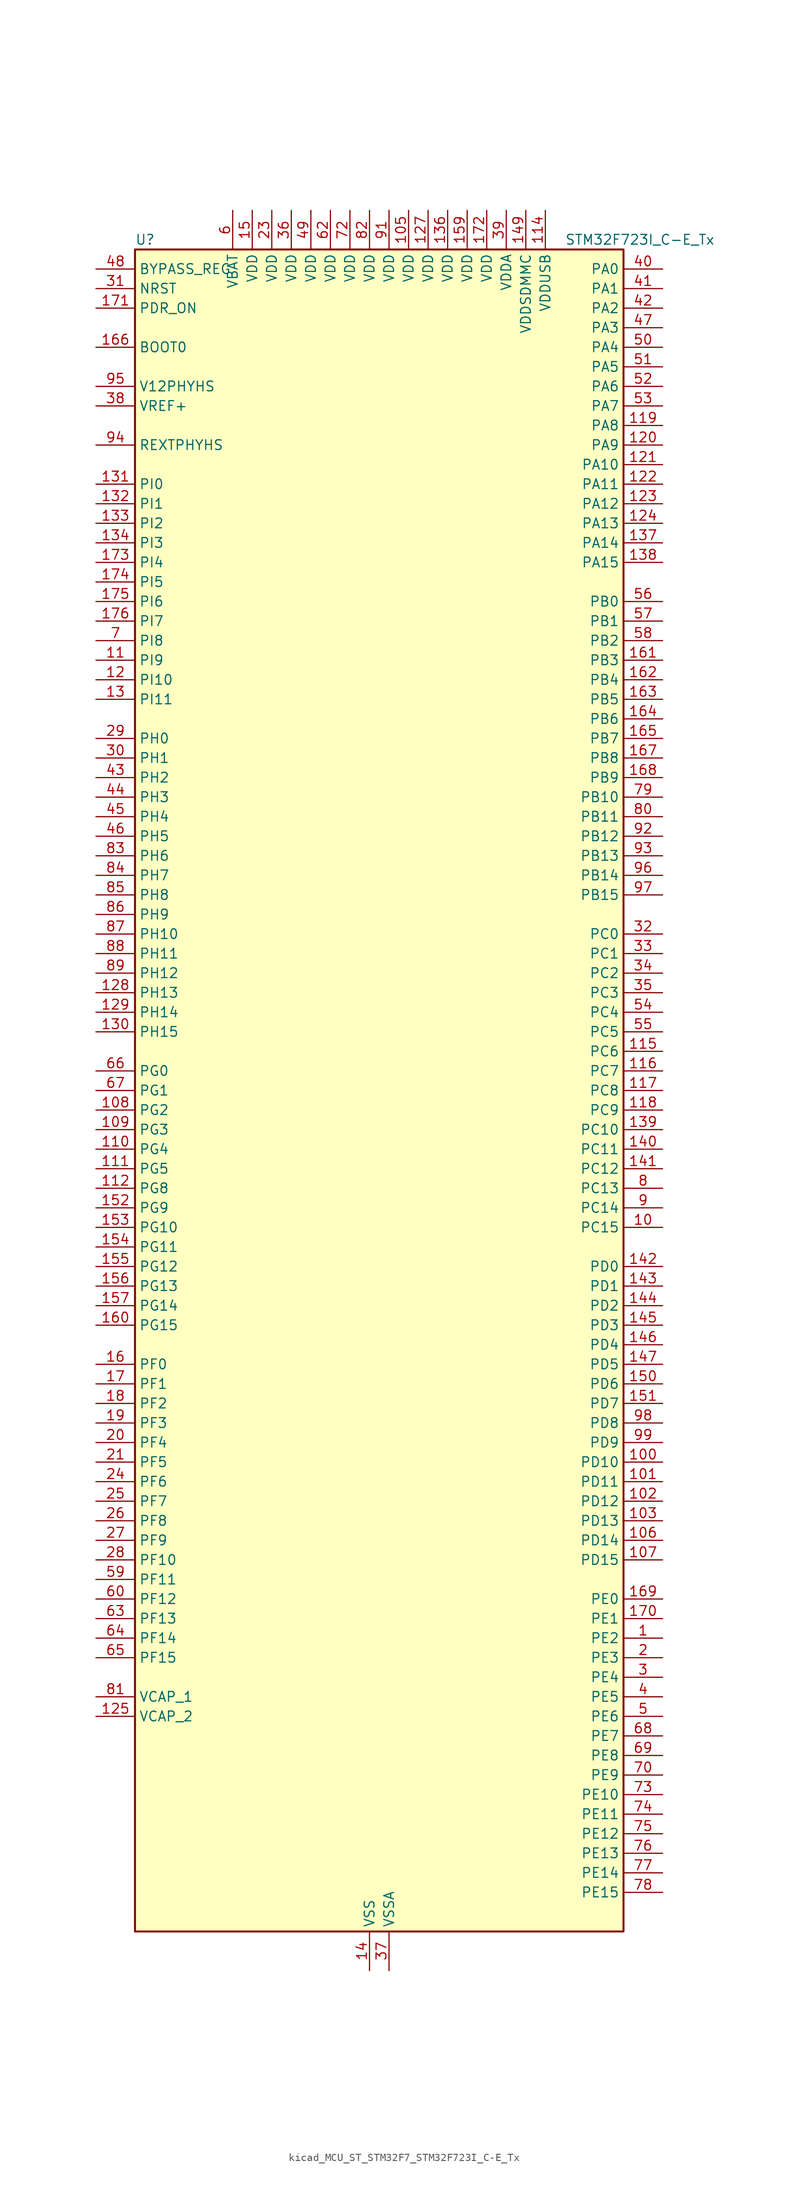
<source format=kicad_sym>
(kicad_symbol_lib
  (version 20220914)
  (generator kicad_symbol_editor)
  (symbol "kicad_MCU_ST_STM32F7_STM32F723I_C-E_Tx"
    (property "Reference" "U"
      (at -30.48 110.49 0)
      (effects (font (size 1.27 1.27)) (justify left)))
    (property "Value" "STM32F723I_C-E_Tx"
      (at 25.4 110.49 0)
      (effects (font (size 1.27 1.27)) (justify left)))
    (property "ki_locked" ""
      (at 0 0 0)
      (effects (font (size 1.27 1.27))))
    (symbol "kicad_MCU_ST_STM32F7_STM32F723I_C-E_Tx_0_1"
      (rectangle (start -30.48 -109.22) (end 33.02 109.22) (stroke (width 0.254) (type default)) (fill (type background))))
    (symbol "kicad_MCU_ST_STM32F7_STM32F723I_C-E_Tx_1_1"
      (pin bidirectional line (at 38.1 -71.12 180) (length 5.08) (name "PE2" (effects (font (size 1.27 1.27)))) (number "1" (effects (font (size 1.27 1.27)))) (alternate "FMC_A23" bidirectional line) (alternate "QUADSPI_BK1_IO2" bidirectional line) (alternate "SAI1_MCLK_A" bidirectional line) (alternate "SPI4_SCK" bidirectional line) (alternate "SYS_TRACECLK" bidirectional line))
      (pin bidirectional line (at 38.1 -17.78 180) (length 5.08) (name "PC15" (effects (font (size 1.27 1.27)))) (number "10" (effects (font (size 1.27 1.27)))) (alternate "RCC_OSC32_OUT" bidirectional line))
      (pin bidirectional line (at 38.1 -48.26 180) (length 5.08) (name "PD10" (effects (font (size 1.27 1.27)))) (number "100" (effects (font (size 1.27 1.27)))) (alternate "FMC_D15" bidirectional line) (alternate "FMC_DA15" bidirectional line) (alternate "USART3_CK" bidirectional line))
      (pin bidirectional line (at 38.1 -50.8 180) (length 5.08) (name "PD11" (effects (font (size 1.27 1.27)))) (number "101" (effects (font (size 1.27 1.27)))) (alternate "ADC1_EXTI11" bidirectional line) (alternate "ADC2_EXTI11" bidirectional line) (alternate "ADC3_EXTI11" bidirectional line) (alternate "FMC_A16" bidirectional line) (alternate "FMC_CLE" bidirectional line) (alternate "QUADSPI_BK1_IO0" bidirectional line) (alternate "SAI2_SD_A" bidirectional line) (alternate "USART3_CTS" bidirectional line))
      (pin bidirectional line (at 38.1 -53.34 180) (length 5.08) (name "PD12" (effects (font (size 1.27 1.27)))) (number "102" (effects (font (size 1.27 1.27)))) (alternate "FMC_A17" bidirectional line) (alternate "FMC_ALE" bidirectional line) (alternate "LPTIM1_IN1" bidirectional line) (alternate "QUADSPI_BK1_IO1" bidirectional line) (alternate "SAI2_FS_A" bidirectional line) (alternate "TIM4_CH1" bidirectional line) (alternate "USART3_DE" bidirectional line) (alternate "USART3_RTS" bidirectional line))
      (pin bidirectional line (at 38.1 -55.88 180) (length 5.08) (name "PD13" (effects (font (size 1.27 1.27)))) (number "103" (effects (font (size 1.27 1.27)))) (alternate "FMC_A18" bidirectional line) (alternate "LPTIM1_OUT" bidirectional line) (alternate "QUADSPI_BK1_IO3" bidirectional line) (alternate "SAI2_SCK_A" bidirectional line) (alternate "TIM4_CH2" bidirectional line))
      (pin passive line (at 0 -114.3 90) (length 5.08) hide (name "VSS" (effects (font (size 1.27 1.27)))) (number "104" (effects (font (size 1.27 1.27)))))
      (pin power_in line (at 5.08 114.3 270) (length 5.08) (name "VDD" (effects (font (size 1.27 1.27)))) (number "105" (effects (font (size 1.27 1.27)))))
      (pin bidirectional line (at 38.1 -58.42 180) (length 5.08) (name "PD14" (effects (font (size 1.27 1.27)))) (number "106" (effects (font (size 1.27 1.27)))) (alternate "FMC_D0" bidirectional line) (alternate "FMC_DA0" bidirectional line) (alternate "TIM4_CH3" bidirectional line) (alternate "UART8_CTS" bidirectional line))
      (pin bidirectional line (at 38.1 -60.96 180) (length 5.08) (name "PD15" (effects (font (size 1.27 1.27)))) (number "107" (effects (font (size 1.27 1.27)))) (alternate "FMC_D1" bidirectional line) (alternate "FMC_DA1" bidirectional line) (alternate "TIM4_CH4" bidirectional line) (alternate "UART8_DE" bidirectional line) (alternate "UART8_RTS" bidirectional line))
      (pin bidirectional line (at -35.56 -2.54 0) (length 5.08) (name "PG2" (effects (font (size 1.27 1.27)))) (number "108" (effects (font (size 1.27 1.27)))) (alternate "FMC_A12" bidirectional line))
      (pin bidirectional line (at -35.56 -5.08 0) (length 5.08) (name "PG3" (effects (font (size 1.27 1.27)))) (number "109" (effects (font (size 1.27 1.27)))) (alternate "FMC_A13" bidirectional line))
      (pin bidirectional line (at -35.56 55.88 0) (length 5.08) (name "PI9" (effects (font (size 1.27 1.27)))) (number "11" (effects (font (size 1.27 1.27)))) (alternate "CAN1_RX" bidirectional line) (alternate "DAC_EXTI9" bidirectional line) (alternate "FMC_D30" bidirectional line) (alternate "UART4_RX" bidirectional line))
      (pin bidirectional line (at -35.56 -7.62 0) (length 5.08) (name "PG4" (effects (font (size 1.27 1.27)))) (number "110" (effects (font (size 1.27 1.27)))) (alternate "FMC_A14" bidirectional line) (alternate "FMC_BA0" bidirectional line))
      (pin bidirectional line (at -35.56 -10.16 0) (length 5.08) (name "PG5" (effects (font (size 1.27 1.27)))) (number "111" (effects (font (size 1.27 1.27)))) (alternate "FMC_A15" bidirectional line) (alternate "FMC_BA1" bidirectional line))
      (pin bidirectional line (at -35.56 -12.7 0) (length 5.08) (name "PG8" (effects (font (size 1.27 1.27)))) (number "112" (effects (font (size 1.27 1.27)))) (alternate "FMC_SDCLK" bidirectional line) (alternate "USART6_DE" bidirectional line) (alternate "USART6_RTS" bidirectional line))
      (pin passive line (at 0 -114.3 90) (length 5.08) hide (name "VSS" (effects (font (size 1.27 1.27)))) (number "113" (effects (font (size 1.27 1.27)))))
      (pin power_in line (at 22.86 114.3 270) (length 5.08) (name "VDDUSB" (effects (font (size 1.27 1.27)))) (number "114" (effects (font (size 1.27 1.27)))))
      (pin bidirectional line (at 38.1 5.08 180) (length 5.08) (name "PC6" (effects (font (size 1.27 1.27)))) (number "115" (effects (font (size 1.27 1.27)))) (alternate "I2S2_MCK" bidirectional line) (alternate "SDMMC1_D6" bidirectional line) (alternate "SDMMC2_D6" bidirectional line) (alternate "TIM3_CH1" bidirectional line) (alternate "TIM8_CH1" bidirectional line) (alternate "USART6_TX" bidirectional line))
      (pin bidirectional line (at 38.1 2.54 180) (length 5.08) (name "PC7" (effects (font (size 1.27 1.27)))) (number "116" (effects (font (size 1.27 1.27)))) (alternate "I2S3_MCK" bidirectional line) (alternate "SDMMC1_D7" bidirectional line) (alternate "SDMMC2_D7" bidirectional line) (alternate "TIM3_CH2" bidirectional line) (alternate "TIM8_CH2" bidirectional line) (alternate "USART6_RX" bidirectional line))
      (pin bidirectional line (at 38.1 0 180) (length 5.08) (name "PC8" (effects (font (size 1.27 1.27)))) (number "117" (effects (font (size 1.27 1.27)))) (alternate "SDMMC1_D0" bidirectional line) (alternate "SYS_TRACED1" bidirectional line) (alternate "TIM3_CH3" bidirectional line) (alternate "TIM8_CH3" bidirectional line) (alternate "UART5_DE" bidirectional line) (alternate "UART5_RTS" bidirectional line) (alternate "USART6_CK" bidirectional line))
      (pin bidirectional line (at 38.1 -2.54 180) (length 5.08) (name "PC9" (effects (font (size 1.27 1.27)))) (number "118" (effects (font (size 1.27 1.27)))) (alternate "DAC_EXTI9" bidirectional line) (alternate "I2C3_SDA" bidirectional line) (alternate "I2S_CKIN" bidirectional line) (alternate "QUADSPI_BK1_IO0" bidirectional line) (alternate "RCC_MCO_2" bidirectional line) (alternate "SDMMC1_D1" bidirectional line) (alternate "TIM3_CH4" bidirectional line) (alternate "TIM8_CH4" bidirectional line) (alternate "UART5_CTS" bidirectional line))
      (pin bidirectional line (at 38.1 86.36 180) (length 5.08) (name "PA8" (effects (font (size 1.27 1.27)))) (number "119" (effects (font (size 1.27 1.27)))) (alternate "I2C3_SCL" bidirectional line) (alternate "RCC_MCO_1" bidirectional line) (alternate "TIM1_CH1" bidirectional line) (alternate "TIM8_BKIN2" bidirectional line) (alternate "USART1_CK" bidirectional line) (alternate "USB_OTG_FS_SOF" bidirectional line))
      (pin bidirectional line (at -35.56 53.34 0) (length 5.08) (name "PI10" (effects (font (size 1.27 1.27)))) (number "12" (effects (font (size 1.27 1.27)))) (alternate "FMC_D31" bidirectional line))
      (pin bidirectional line (at 38.1 83.82 180) (length 5.08) (name "PA9" (effects (font (size 1.27 1.27)))) (number "120" (effects (font (size 1.27 1.27)))) (alternate "DAC_EXTI9" bidirectional line) (alternate "I2C3_SMBA" bidirectional line) (alternate "I2S2_CK" bidirectional line) (alternate "SPI2_SCK" bidirectional line) (alternate "TIM1_CH2" bidirectional line) (alternate "USART1_TX" bidirectional line) (alternate "USB_OTG_FS_VBUS" bidirectional line))
      (pin bidirectional line (at 38.1 81.28 180) (length 5.08) (name "PA10" (effects (font (size 1.27 1.27)))) (number "121" (effects (font (size 1.27 1.27)))) (alternate "TIM1_CH3" bidirectional line) (alternate "USART1_RX" bidirectional line) (alternate "USB_OTG_FS_ID" bidirectional line))
      (pin bidirectional line (at 38.1 78.74 180) (length 5.08) (name "PA11" (effects (font (size 1.27 1.27)))) (number "122" (effects (font (size 1.27 1.27)))) (alternate "ADC1_EXTI11" bidirectional line) (alternate "ADC2_EXTI11" bidirectional line) (alternate "ADC3_EXTI11" bidirectional line) (alternate "CAN1_RX" bidirectional line) (alternate "TIM1_CH4" bidirectional line) (alternate "USART1_CTS" bidirectional line) (alternate "USB_OTG_FS_DM" bidirectional line))
      (pin bidirectional line (at 38.1 76.2 180) (length 5.08) (name "PA12" (effects (font (size 1.27 1.27)))) (number "123" (effects (font (size 1.27 1.27)))) (alternate "CAN1_TX" bidirectional line) (alternate "SAI2_FS_B" bidirectional line) (alternate "TIM1_ETR" bidirectional line) (alternate "USART1_DE" bidirectional line) (alternate "USART1_RTS" bidirectional line) (alternate "USB_OTG_FS_DP" bidirectional line))
      (pin bidirectional line (at 38.1 73.66 180) (length 5.08) (name "PA13" (effects (font (size 1.27 1.27)))) (number "124" (effects (font (size 1.27 1.27)))) (alternate "SYS_JTMS-SWDIO" bidirectional line))
      (pin power_out line (at -35.56 -81.28 0) (length 5.08) (name "VCAP_2" (effects (font (size 1.27 1.27)))) (number "125" (effects (font (size 1.27 1.27)))))
      (pin passive line (at 0 -114.3 90) (length 5.08) hide (name "VSS" (effects (font (size 1.27 1.27)))) (number "126" (effects (font (size 1.27 1.27)))))
      (pin power_in line (at 7.62 114.3 270) (length 5.08) (name "VDD" (effects (font (size 1.27 1.27)))) (number "127" (effects (font (size 1.27 1.27)))))
      (pin bidirectional line (at -35.56 12.7 0) (length 5.08) (name "PH13" (effects (font (size 1.27 1.27)))) (number "128" (effects (font (size 1.27 1.27)))) (alternate "CAN1_TX" bidirectional line) (alternate "FMC_D21" bidirectional line) (alternate "TIM8_CH1N" bidirectional line) (alternate "UART4_TX" bidirectional line))
      (pin bidirectional line (at -35.56 10.16 0) (length 5.08) (name "PH14" (effects (font (size 1.27 1.27)))) (number "129" (effects (font (size 1.27 1.27)))) (alternate "CAN1_RX" bidirectional line) (alternate "FMC_D22" bidirectional line) (alternate "TIM8_CH2N" bidirectional line) (alternate "UART4_RX" bidirectional line))
      (pin bidirectional line (at -35.56 50.8 0) (length 5.08) (name "PI11" (effects (font (size 1.27 1.27)))) (number "13" (effects (font (size 1.27 1.27)))) (alternate "ADC1_EXTI11" bidirectional line) (alternate "ADC2_EXTI11" bidirectional line) (alternate "ADC3_EXTI11" bidirectional line) (alternate "SYS_WKUP6" bidirectional line))
      (pin bidirectional line (at -35.56 7.62 0) (length 5.08) (name "PH15" (effects (font (size 1.27 1.27)))) (number "130" (effects (font (size 1.27 1.27)))) (alternate "FMC_D23" bidirectional line) (alternate "TIM8_CH3N" bidirectional line))
      (pin bidirectional line (at -35.56 78.74 0) (length 5.08) (name "PI0" (effects (font (size 1.27 1.27)))) (number "131" (effects (font (size 1.27 1.27)))) (alternate "FMC_D24" bidirectional line) (alternate "I2S2_WS" bidirectional line) (alternate "SPI2_NSS" bidirectional line) (alternate "TIM5_CH4" bidirectional line))
      (pin bidirectional line (at -35.56 76.2 0) (length 5.08) (name "PI1" (effects (font (size 1.27 1.27)))) (number "132" (effects (font (size 1.27 1.27)))) (alternate "FMC_D25" bidirectional line) (alternate "I2S2_CK" bidirectional line) (alternate "SPI2_SCK" bidirectional line) (alternate "TIM8_BKIN2" bidirectional line))
      (pin bidirectional line (at -35.56 73.66 0) (length 5.08) (name "PI2" (effects (font (size 1.27 1.27)))) (number "133" (effects (font (size 1.27 1.27)))) (alternate "FMC_D26" bidirectional line) (alternate "SPI2_MISO" bidirectional line) (alternate "TIM8_CH4" bidirectional line))
      (pin bidirectional line (at -35.56 71.12 0) (length 5.08) (name "PI3" (effects (font (size 1.27 1.27)))) (number "134" (effects (font (size 1.27 1.27)))) (alternate "FMC_D27" bidirectional line) (alternate "I2S2_SD" bidirectional line) (alternate "SPI2_MOSI" bidirectional line) (alternate "TIM8_ETR" bidirectional line))
      (pin passive line (at 0 -114.3 90) (length 5.08) hide (name "VSS" (effects (font (size 1.27 1.27)))) (number "135" (effects (font (size 1.27 1.27)))))
      (pin power_in line (at 10.16 114.3 270) (length 5.08) (name "VDD" (effects (font (size 1.27 1.27)))) (number "136" (effects (font (size 1.27 1.27)))))
      (pin bidirectional line (at 38.1 71.12 180) (length 5.08) (name "PA14" (effects (font (size 1.27 1.27)))) (number "137" (effects (font (size 1.27 1.27)))) (alternate "SYS_JTCK-SWCLK" bidirectional line))
      (pin bidirectional line (at 38.1 68.58 180) (length 5.08) (name "PA15" (effects (font (size 1.27 1.27)))) (number "138" (effects (font (size 1.27 1.27)))) (alternate "I2S1_WS" bidirectional line) (alternate "I2S3_WS" bidirectional line) (alternate "SPI1_NSS" bidirectional line) (alternate "SPI3_NSS" bidirectional line) (alternate "SYS_JTDI" bidirectional line) (alternate "TIM2_CH1" bidirectional line) (alternate "TIM2_ETR" bidirectional line) (alternate "UART4_DE" bidirectional line) (alternate "UART4_RTS" bidirectional line))
      (pin bidirectional line (at 38.1 -5.08 180) (length 5.08) (name "PC10" (effects (font (size 1.27 1.27)))) (number "139" (effects (font (size 1.27 1.27)))) (alternate "I2S3_CK" bidirectional line) (alternate "QUADSPI_BK1_IO1" bidirectional line) (alternate "SDMMC1_D2" bidirectional line) (alternate "SPI3_SCK" bidirectional line) (alternate "UART4_TX" bidirectional line) (alternate "USART3_TX" bidirectional line))
      (pin power_in line (at 0 -114.3 90) (length 5.08) (name "VSS" (effects (font (size 1.27 1.27)))) (number "14" (effects (font (size 1.27 1.27)))))
      (pin bidirectional line (at 38.1 -7.62 180) (length 5.08) (name "PC11" (effects (font (size 1.27 1.27)))) (number "140" (effects (font (size 1.27 1.27)))) (alternate "ADC1_EXTI11" bidirectional line) (alternate "ADC2_EXTI11" bidirectional line) (alternate "ADC3_EXTI11" bidirectional line) (alternate "QUADSPI_BK2_NCS" bidirectional line) (alternate "SDMMC1_D3" bidirectional line) (alternate "SPI3_MISO" bidirectional line) (alternate "UART4_RX" bidirectional line) (alternate "USART3_RX" bidirectional line))
      (pin bidirectional line (at 38.1 -10.16 180) (length 5.08) (name "PC12" (effects (font (size 1.27 1.27)))) (number "141" (effects (font (size 1.27 1.27)))) (alternate "I2S3_SD" bidirectional line) (alternate "SDMMC1_CK" bidirectional line) (alternate "SPI3_MOSI" bidirectional line) (alternate "SYS_TRACED3" bidirectional line) (alternate "UART5_TX" bidirectional line) (alternate "USART3_CK" bidirectional line))
      (pin bidirectional line (at 38.1 -22.86 180) (length 5.08) (name "PD0" (effects (font (size 1.27 1.27)))) (number "142" (effects (font (size 1.27 1.27)))) (alternate "CAN1_RX" bidirectional line) (alternate "FMC_D2" bidirectional line) (alternate "FMC_DA2" bidirectional line))
      (pin bidirectional line (at 38.1 -25.4 180) (length 5.08) (name "PD1" (effects (font (size 1.27 1.27)))) (number "143" (effects (font (size 1.27 1.27)))) (alternate "CAN1_TX" bidirectional line) (alternate "FMC_D3" bidirectional line) (alternate "FMC_DA3" bidirectional line))
      (pin bidirectional line (at 38.1 -27.94 180) (length 5.08) (name "PD2" (effects (font (size 1.27 1.27)))) (number "144" (effects (font (size 1.27 1.27)))) (alternate "SDMMC1_CMD" bidirectional line) (alternate "SYS_TRACED2" bidirectional line) (alternate "TIM3_ETR" bidirectional line) (alternate "UART5_RX" bidirectional line))
      (pin bidirectional line (at 38.1 -30.48 180) (length 5.08) (name "PD3" (effects (font (size 1.27 1.27)))) (number "145" (effects (font (size 1.27 1.27)))) (alternate "FMC_CLK" bidirectional line) (alternate "I2S2_CK" bidirectional line) (alternate "SPI2_SCK" bidirectional line) (alternate "USART2_CTS" bidirectional line))
      (pin bidirectional line (at 38.1 -33.02 180) (length 5.08) (name "PD4" (effects (font (size 1.27 1.27)))) (number "146" (effects (font (size 1.27 1.27)))) (alternate "FMC_NOE" bidirectional line) (alternate "USART2_DE" bidirectional line) (alternate "USART2_RTS" bidirectional line))
      (pin bidirectional line (at 38.1 -35.56 180) (length 5.08) (name "PD5" (effects (font (size 1.27 1.27)))) (number "147" (effects (font (size 1.27 1.27)))) (alternate "FMC_NWE" bidirectional line) (alternate "USART2_TX" bidirectional line))
      (pin passive line (at 0 -114.3 90) (length 5.08) hide (name "VSS" (effects (font (size 1.27 1.27)))) (number "148" (effects (font (size 1.27 1.27)))))
      (pin power_in line (at 20.32 114.3 270) (length 5.08) (name "VDDSDMMC" (effects (font (size 1.27 1.27)))) (number "149" (effects (font (size 1.27 1.27)))))
      (pin power_in line (at -15.24 114.3 270) (length 5.08) (name "VDD" (effects (font (size 1.27 1.27)))) (number "15" (effects (font (size 1.27 1.27)))))
      (pin bidirectional line (at 38.1 -38.1 180) (length 5.08) (name "PD6" (effects (font (size 1.27 1.27)))) (number "150" (effects (font (size 1.27 1.27)))) (alternate "FMC_NWAIT" bidirectional line) (alternate "I2S3_SD" bidirectional line) (alternate "SAI1_SD_A" bidirectional line) (alternate "SDMMC2_CK" bidirectional line) (alternate "SPI3_MOSI" bidirectional line) (alternate "USART2_RX" bidirectional line))
      (pin bidirectional line (at 38.1 -40.64 180) (length 5.08) (name "PD7" (effects (font (size 1.27 1.27)))) (number "151" (effects (font (size 1.27 1.27)))) (alternate "FMC_NE1" bidirectional line) (alternate "SDMMC2_CMD" bidirectional line) (alternate "USART2_CK" bidirectional line))
      (pin bidirectional line (at -35.56 -15.24 0) (length 5.08) (name "PG9" (effects (font (size 1.27 1.27)))) (number "152" (effects (font (size 1.27 1.27)))) (alternate "DAC_EXTI9" bidirectional line) (alternate "FMC_NCE" bidirectional line) (alternate "FMC_NE2" bidirectional line) (alternate "QUADSPI_BK2_IO2" bidirectional line) (alternate "SAI2_FS_B" bidirectional line) (alternate "SDMMC2_D0" bidirectional line) (alternate "USART6_RX" bidirectional line))
      (pin bidirectional line (at -35.56 -17.78 0) (length 5.08) (name "PG10" (effects (font (size 1.27 1.27)))) (number "153" (effects (font (size 1.27 1.27)))) (alternate "FMC_NE3" bidirectional line) (alternate "SAI2_SD_B" bidirectional line) (alternate "SDMMC2_D1" bidirectional line))
      (pin bidirectional line (at -35.56 -20.32 0) (length 5.08) (name "PG11" (effects (font (size 1.27 1.27)))) (number "154" (effects (font (size 1.27 1.27)))) (alternate "ADC1_EXTI11" bidirectional line) (alternate "ADC2_EXTI11" bidirectional line) (alternate "ADC3_EXTI11" bidirectional line) (alternate "FMC_INT" bidirectional line) (alternate "SDMMC2_D2" bidirectional line))
      (pin bidirectional line (at -35.56 -22.86 0) (length 5.08) (name "PG12" (effects (font (size 1.27 1.27)))) (number "155" (effects (font (size 1.27 1.27)))) (alternate "FMC_NE4" bidirectional line) (alternate "LPTIM1_IN1" bidirectional line) (alternate "SDMMC2_D3" bidirectional line) (alternate "USART6_DE" bidirectional line) (alternate "USART6_RTS" bidirectional line))
      (pin bidirectional line (at -35.56 -25.4 0) (length 5.08) (name "PG13" (effects (font (size 1.27 1.27)))) (number "156" (effects (font (size 1.27 1.27)))) (alternate "FMC_A24" bidirectional line) (alternate "LPTIM1_OUT" bidirectional line) (alternate "SYS_TRACED0" bidirectional line) (alternate "USART6_CTS" bidirectional line))
      (pin bidirectional line (at -35.56 -27.94 0) (length 5.08) (name "PG14" (effects (font (size 1.27 1.27)))) (number "157" (effects (font (size 1.27 1.27)))) (alternate "FMC_A25" bidirectional line) (alternate "LPTIM1_ETR" bidirectional line) (alternate "QUADSPI_BK2_IO3" bidirectional line) (alternate "SYS_TRACED1" bidirectional line) (alternate "USART6_TX" bidirectional line))
      (pin passive line (at 0 -114.3 90) (length 5.08) hide (name "VSS" (effects (font (size 1.27 1.27)))) (number "158" (effects (font (size 1.27 1.27)))))
      (pin power_in line (at 12.7 114.3 270) (length 5.08) (name "VDD" (effects (font (size 1.27 1.27)))) (number "159" (effects (font (size 1.27 1.27)))))
      (pin bidirectional line (at -35.56 -35.56 0) (length 5.08) (name "PF0" (effects (font (size 1.27 1.27)))) (number "16" (effects (font (size 1.27 1.27)))) (alternate "FMC_A0" bidirectional line) (alternate "I2C2_SDA" bidirectional line))
      (pin bidirectional line (at -35.56 -30.48 0) (length 5.08) (name "PG15" (effects (font (size 1.27 1.27)))) (number "160" (effects (font (size 1.27 1.27)))) (alternate "FMC_SDNCAS" bidirectional line) (alternate "USART6_CTS" bidirectional line))
      (pin bidirectional line (at 38.1 55.88 180) (length 5.08) (name "PB3" (effects (font (size 1.27 1.27)))) (number "161" (effects (font (size 1.27 1.27)))) (alternate "I2S1_CK" bidirectional line) (alternate "I2S3_CK" bidirectional line) (alternate "SDMMC2_D2" bidirectional line) (alternate "SPI1_SCK" bidirectional line) (alternate "SPI3_SCK" bidirectional line) (alternate "SYS_JTDO-SWO" bidirectional line) (alternate "TIM2_CH2" bidirectional line))
      (pin bidirectional line (at 38.1 53.34 180) (length 5.08) (name "PB4" (effects (font (size 1.27 1.27)))) (number "162" (effects (font (size 1.27 1.27)))) (alternate "I2S2_WS" bidirectional line) (alternate "SDMMC2_D3" bidirectional line) (alternate "SPI1_MISO" bidirectional line) (alternate "SPI2_NSS" bidirectional line) (alternate "SPI3_MISO" bidirectional line) (alternate "SYS_JTRST" bidirectional line) (alternate "TIM3_CH1" bidirectional line))
      (pin bidirectional line (at 38.1 50.8 180) (length 5.08) (name "PB5" (effects (font (size 1.27 1.27)))) (number "163" (effects (font (size 1.27 1.27)))) (alternate "FMC_SDCKE1" bidirectional line) (alternate "I2C1_SMBA" bidirectional line) (alternate "I2S1_SD" bidirectional line) (alternate "I2S3_SD" bidirectional line) (alternate "SPI1_MOSI" bidirectional line) (alternate "SPI3_MOSI" bidirectional line) (alternate "TIM3_CH2" bidirectional line))
      (pin bidirectional line (at 38.1 48.26 180) (length 5.08) (name "PB6" (effects (font (size 1.27 1.27)))) (number "164" (effects (font (size 1.27 1.27)))) (alternate "FMC_SDNE1" bidirectional line) (alternate "I2C1_SCL" bidirectional line) (alternate "QUADSPI_BK1_NCS" bidirectional line) (alternate "TIM4_CH1" bidirectional line) (alternate "USART1_TX" bidirectional line))
      (pin bidirectional line (at 38.1 45.72 180) (length 5.08) (name "PB7" (effects (font (size 1.27 1.27)))) (number "165" (effects (font (size 1.27 1.27)))) (alternate "FMC_NL" bidirectional line) (alternate "I2C1_SDA" bidirectional line) (alternate "TIM4_CH2" bidirectional line) (alternate "USART1_RX" bidirectional line))
      (pin input line (at -35.56 96.52 0) (length 5.08) (name "BOOT0" (effects (font (size 1.27 1.27)))) (number "166" (effects (font (size 1.27 1.27)))))
      (pin bidirectional line (at 38.1 43.18 180) (length 5.08) (name "PB8" (effects (font (size 1.27 1.27)))) (number "167" (effects (font (size 1.27 1.27)))) (alternate "CAN1_RX" bidirectional line) (alternate "I2C1_SCL" bidirectional line) (alternate "SDMMC1_D4" bidirectional line) (alternate "SDMMC2_D4" bidirectional line) (alternate "TIM10_CH1" bidirectional line) (alternate "TIM4_CH3" bidirectional line))
      (pin bidirectional line (at 38.1 40.64 180) (length 5.08) (name "PB9" (effects (font (size 1.27 1.27)))) (number "168" (effects (font (size 1.27 1.27)))) (alternate "CAN1_TX" bidirectional line) (alternate "DAC_EXTI9" bidirectional line) (alternate "I2C1_SDA" bidirectional line) (alternate "I2S2_WS" bidirectional line) (alternate "SDMMC1_D5" bidirectional line) (alternate "SDMMC2_D5" bidirectional line) (alternate "SPI2_NSS" bidirectional line) (alternate "TIM11_CH1" bidirectional line) (alternate "TIM4_CH4" bidirectional line))
      (pin bidirectional line (at 38.1 -66.04 180) (length 5.08) (name "PE0" (effects (font (size 1.27 1.27)))) (number "169" (effects (font (size 1.27 1.27)))) (alternate "FMC_NBL0" bidirectional line) (alternate "LPTIM1_ETR" bidirectional line) (alternate "SAI2_MCLK_A" bidirectional line) (alternate "TIM4_ETR" bidirectional line) (alternate "UART8_RX" bidirectional line))
      (pin bidirectional line (at -35.56 -38.1 0) (length 5.08) (name "PF1" (effects (font (size 1.27 1.27)))) (number "17" (effects (font (size 1.27 1.27)))) (alternate "FMC_A1" bidirectional line) (alternate "I2C2_SCL" bidirectional line))
      (pin bidirectional line (at 38.1 -68.58 180) (length 5.08) (name "PE1" (effects (font (size 1.27 1.27)))) (number "170" (effects (font (size 1.27 1.27)))) (alternate "FMC_NBL1" bidirectional line) (alternate "LPTIM1_IN2" bidirectional line) (alternate "UART8_TX" bidirectional line))
      (pin input line (at -35.56 101.6 0) (length 5.08) (name "PDR_ON" (effects (font (size 1.27 1.27)))) (number "171" (effects (font (size 1.27 1.27)))))
      (pin power_in line (at 15.24 114.3 270) (length 5.08) (name "VDD" (effects (font (size 1.27 1.27)))) (number "172" (effects (font (size 1.27 1.27)))))
      (pin bidirectional line (at -35.56 68.58 0) (length 5.08) (name "PI4" (effects (font (size 1.27 1.27)))) (number "173" (effects (font (size 1.27 1.27)))) (alternate "FMC_NBL2" bidirectional line) (alternate "SAI2_MCLK_A" bidirectional line) (alternate "TIM8_BKIN" bidirectional line))
      (pin bidirectional line (at -35.56 66.04 0) (length 5.08) (name "PI5" (effects (font (size 1.27 1.27)))) (number "174" (effects (font (size 1.27 1.27)))) (alternate "FMC_NBL3" bidirectional line) (alternate "SAI2_SCK_A" bidirectional line) (alternate "TIM8_CH1" bidirectional line))
      (pin bidirectional line (at -35.56 63.5 0) (length 5.08) (name "PI6" (effects (font (size 1.27 1.27)))) (number "175" (effects (font (size 1.27 1.27)))) (alternate "FMC_D28" bidirectional line) (alternate "SAI2_SD_A" bidirectional line) (alternate "TIM8_CH2" bidirectional line))
      (pin bidirectional line (at -35.56 60.96 0) (length 5.08) (name "PI7" (effects (font (size 1.27 1.27)))) (number "176" (effects (font (size 1.27 1.27)))) (alternate "FMC_D29" bidirectional line) (alternate "SAI2_FS_A" bidirectional line) (alternate "TIM8_CH3" bidirectional line))
      (pin bidirectional line (at -35.56 -40.64 0) (length 5.08) (name "PF2" (effects (font (size 1.27 1.27)))) (number "18" (effects (font (size 1.27 1.27)))) (alternate "FMC_A2" bidirectional line) (alternate "I2C2_SMBA" bidirectional line))
      (pin bidirectional line (at -35.56 -43.18 0) (length 5.08) (name "PF3" (effects (font (size 1.27 1.27)))) (number "19" (effects (font (size 1.27 1.27)))) (alternate "ADC3_IN9" bidirectional line) (alternate "FMC_A3" bidirectional line))
      (pin bidirectional line (at 38.1 -73.66 180) (length 5.08) (name "PE3" (effects (font (size 1.27 1.27)))) (number "2" (effects (font (size 1.27 1.27)))) (alternate "FMC_A19" bidirectional line) (alternate "SAI1_SD_B" bidirectional line) (alternate "SYS_TRACED0" bidirectional line))
      (pin bidirectional line (at -35.56 -45.72 0) (length 5.08) (name "PF4" (effects (font (size 1.27 1.27)))) (number "20" (effects (font (size 1.27 1.27)))) (alternate "ADC3_IN14" bidirectional line) (alternate "FMC_A4" bidirectional line))
      (pin bidirectional line (at -35.56 -48.26 0) (length 5.08) (name "PF5" (effects (font (size 1.27 1.27)))) (number "21" (effects (font (size 1.27 1.27)))) (alternate "ADC3_IN15" bidirectional line) (alternate "FMC_A5" bidirectional line))
      (pin passive line (at 0 -114.3 90) (length 5.08) hide (name "VSS" (effects (font (size 1.27 1.27)))) (number "22" (effects (font (size 1.27 1.27)))))
      (pin power_in line (at -12.7 114.3 270) (length 5.08) (name "VDD" (effects (font (size 1.27 1.27)))) (number "23" (effects (font (size 1.27 1.27)))))
      (pin bidirectional line (at -35.56 -50.8 0) (length 5.08) (name "PF6" (effects (font (size 1.27 1.27)))) (number "24" (effects (font (size 1.27 1.27)))) (alternate "ADC3_IN4" bidirectional line) (alternate "QUADSPI_BK1_IO3" bidirectional line) (alternate "SAI1_SD_B" bidirectional line) (alternate "SPI5_NSS" bidirectional line) (alternate "TIM10_CH1" bidirectional line) (alternate "UART7_RX" bidirectional line))
      (pin bidirectional line (at -35.56 -53.34 0) (length 5.08) (name "PF7" (effects (font (size 1.27 1.27)))) (number "25" (effects (font (size 1.27 1.27)))) (alternate "ADC3_IN5" bidirectional line) (alternate "QUADSPI_BK1_IO2" bidirectional line) (alternate "SAI1_MCLK_B" bidirectional line) (alternate "SPI5_SCK" bidirectional line) (alternate "TIM11_CH1" bidirectional line) (alternate "UART7_TX" bidirectional line))
      (pin bidirectional line (at -35.56 -55.88 0) (length 5.08) (name "PF8" (effects (font (size 1.27 1.27)))) (number "26" (effects (font (size 1.27 1.27)))) (alternate "ADC3_IN6" bidirectional line) (alternate "QUADSPI_BK1_IO0" bidirectional line) (alternate "SAI1_SCK_B" bidirectional line) (alternate "SPI5_MISO" bidirectional line) (alternate "TIM13_CH1" bidirectional line) (alternate "UART7_DE" bidirectional line) (alternate "UART7_RTS" bidirectional line))
      (pin bidirectional line (at -35.56 -58.42 0) (length 5.08) (name "PF9" (effects (font (size 1.27 1.27)))) (number "27" (effects (font (size 1.27 1.27)))) (alternate "ADC3_IN7" bidirectional line) (alternate "DAC_EXTI9" bidirectional line) (alternate "QUADSPI_BK1_IO1" bidirectional line) (alternate "SAI1_FS_B" bidirectional line) (alternate "SPI5_MOSI" bidirectional line) (alternate "TIM14_CH1" bidirectional line) (alternate "UART7_CTS" bidirectional line))
      (pin bidirectional line (at -35.56 -60.96 0) (length 5.08) (name "PF10" (effects (font (size 1.27 1.27)))) (number "28" (effects (font (size 1.27 1.27)))) (alternate "ADC3_IN8" bidirectional line))
      (pin bidirectional line (at -35.56 45.72 0) (length 5.08) (name "PH0" (effects (font (size 1.27 1.27)))) (number "29" (effects (font (size 1.27 1.27)))) (alternate "RCC_OSC_IN" bidirectional line))
      (pin bidirectional line (at 38.1 -76.2 180) (length 5.08) (name "PE4" (effects (font (size 1.27 1.27)))) (number "3" (effects (font (size 1.27 1.27)))) (alternate "FMC_A20" bidirectional line) (alternate "SAI1_FS_A" bidirectional line) (alternate "SPI4_NSS" bidirectional line) (alternate "SYS_TRACED1" bidirectional line))
      (pin bidirectional line (at -35.56 43.18 0) (length 5.08) (name "PH1" (effects (font (size 1.27 1.27)))) (number "30" (effects (font (size 1.27 1.27)))) (alternate "RCC_OSC_OUT" bidirectional line))
      (pin input line (at -35.56 104.14 0) (length 5.08) (name "NRST" (effects (font (size 1.27 1.27)))) (number "31" (effects (font (size 1.27 1.27)))))
      (pin bidirectional line (at 38.1 20.32 180) (length 5.08) (name "PC0" (effects (font (size 1.27 1.27)))) (number "32" (effects (font (size 1.27 1.27)))) (alternate "ADC1_IN10" bidirectional line) (alternate "ADC2_IN10" bidirectional line) (alternate "ADC3_IN10" bidirectional line) (alternate "FMC_SDNWE" bidirectional line) (alternate "SAI2_FS_B" bidirectional line))
      (pin bidirectional line (at 38.1 17.78 180) (length 5.08) (name "PC1" (effects (font (size 1.27 1.27)))) (number "33" (effects (font (size 1.27 1.27)))) (alternate "ADC1_IN11" bidirectional line) (alternate "ADC2_IN11" bidirectional line) (alternate "ADC3_IN11" bidirectional line) (alternate "I2S2_SD" bidirectional line) (alternate "RTC_TAMP3" bidirectional line) (alternate "RTC_TS" bidirectional line) (alternate "SAI1_SD_A" bidirectional line) (alternate "SPI2_MOSI" bidirectional line) (alternate "SYS_TRACED0" bidirectional line) (alternate "SYS_WKUP3" bidirectional line))
      (pin bidirectional line (at 38.1 15.24 180) (length 5.08) (name "PC2" (effects (font (size 1.27 1.27)))) (number "34" (effects (font (size 1.27 1.27)))) (alternate "ADC1_IN12" bidirectional line) (alternate "ADC2_IN12" bidirectional line) (alternate "ADC3_IN12" bidirectional line) (alternate "FMC_SDNE0" bidirectional line) (alternate "SPI2_MISO" bidirectional line))
      (pin bidirectional line (at 38.1 12.7 180) (length 5.08) (name "PC3" (effects (font (size 1.27 1.27)))) (number "35" (effects (font (size 1.27 1.27)))) (alternate "ADC1_IN13" bidirectional line) (alternate "ADC2_IN13" bidirectional line) (alternate "ADC3_IN13" bidirectional line) (alternate "FMC_SDCKE0" bidirectional line) (alternate "I2S2_SD" bidirectional line) (alternate "SPI2_MOSI" bidirectional line))
      (pin power_in line (at -10.16 114.3 270) (length 5.08) (name "VDD" (effects (font (size 1.27 1.27)))) (number "36" (effects (font (size 1.27 1.27)))))
      (pin power_in line (at 2.54 -114.3 90) (length 5.08) (name "VSSA" (effects (font (size 1.27 1.27)))) (number "37" (effects (font (size 1.27 1.27)))))
      (pin input line (at -35.56 88.9 0) (length 5.08) (name "VREF+" (effects (font (size 1.27 1.27)))) (number "38" (effects (font (size 1.27 1.27)))))
      (pin power_in line (at 17.78 114.3 270) (length 5.08) (name "VDDA" (effects (font (size 1.27 1.27)))) (number "39" (effects (font (size 1.27 1.27)))))
      (pin bidirectional line (at 38.1 -78.74 180) (length 5.08) (name "PE5" (effects (font (size 1.27 1.27)))) (number "4" (effects (font (size 1.27 1.27)))) (alternate "FMC_A21" bidirectional line) (alternate "SAI1_SCK_A" bidirectional line) (alternate "SPI4_MISO" bidirectional line) (alternate "SYS_TRACED2" bidirectional line) (alternate "TIM9_CH1" bidirectional line))
      (pin bidirectional line (at 38.1 106.68 180) (length 5.08) (name "PA0" (effects (font (size 1.27 1.27)))) (number "40" (effects (font (size 1.27 1.27)))) (alternate "ADC1_IN0" bidirectional line) (alternate "ADC2_IN0" bidirectional line) (alternate "ADC3_IN0" bidirectional line) (alternate "SAI2_SD_B" bidirectional line) (alternate "SYS_WKUP1" bidirectional line) (alternate "TIM2_CH1" bidirectional line) (alternate "TIM2_ETR" bidirectional line) (alternate "TIM5_CH1" bidirectional line) (alternate "TIM8_ETR" bidirectional line) (alternate "UART4_TX" bidirectional line) (alternate "USART2_CTS" bidirectional line))
      (pin bidirectional line (at 38.1 104.14 180) (length 5.08) (name "PA1" (effects (font (size 1.27 1.27)))) (number "41" (effects (font (size 1.27 1.27)))) (alternate "ADC1_IN1" bidirectional line) (alternate "ADC2_IN1" bidirectional line) (alternate "ADC3_IN1" bidirectional line) (alternate "QUADSPI_BK1_IO3" bidirectional line) (alternate "SAI2_MCLK_B" bidirectional line) (alternate "TIM2_CH2" bidirectional line) (alternate "TIM5_CH2" bidirectional line) (alternate "UART4_RX" bidirectional line) (alternate "USART2_DE" bidirectional line) (alternate "USART2_RTS" bidirectional line))
      (pin bidirectional line (at 38.1 101.6 180) (length 5.08) (name "PA2" (effects (font (size 1.27 1.27)))) (number "42" (effects (font (size 1.27 1.27)))) (alternate "ADC1_IN2" bidirectional line) (alternate "ADC2_IN2" bidirectional line) (alternate "ADC3_IN2" bidirectional line) (alternate "SAI2_SCK_B" bidirectional line) (alternate "SYS_WKUP2" bidirectional line) (alternate "TIM2_CH3" bidirectional line) (alternate "TIM5_CH3" bidirectional line) (alternate "TIM9_CH1" bidirectional line) (alternate "USART2_TX" bidirectional line))
      (pin bidirectional line (at -35.56 40.64 0) (length 5.08) (name "PH2" (effects (font (size 1.27 1.27)))) (number "43" (effects (font (size 1.27 1.27)))) (alternate "FMC_SDCKE0" bidirectional line) (alternate "LPTIM1_IN2" bidirectional line) (alternate "QUADSPI_BK2_IO0" bidirectional line) (alternate "SAI2_SCK_B" bidirectional line))
      (pin bidirectional line (at -35.56 38.1 0) (length 5.08) (name "PH3" (effects (font (size 1.27 1.27)))) (number "44" (effects (font (size 1.27 1.27)))) (alternate "FMC_SDNE0" bidirectional line) (alternate "QUADSPI_BK2_IO1" bidirectional line) (alternate "SAI2_MCLK_B" bidirectional line))
      (pin bidirectional line (at -35.56 35.56 0) (length 5.08) (name "PH4" (effects (font (size 1.27 1.27)))) (number "45" (effects (font (size 1.27 1.27)))) (alternate "I2C2_SCL" bidirectional line))
      (pin bidirectional line (at -35.56 33.02 0) (length 5.08) (name "PH5" (effects (font (size 1.27 1.27)))) (number "46" (effects (font (size 1.27 1.27)))) (alternate "FMC_SDNWE" bidirectional line) (alternate "I2C2_SDA" bidirectional line) (alternate "SPI5_NSS" bidirectional line))
      (pin bidirectional line (at 38.1 99.06 180) (length 5.08) (name "PA3" (effects (font (size 1.27 1.27)))) (number "47" (effects (font (size 1.27 1.27)))) (alternate "ADC1_IN3" bidirectional line) (alternate "ADC2_IN3" bidirectional line) (alternate "ADC3_IN3" bidirectional line) (alternate "TIM2_CH4" bidirectional line) (alternate "TIM5_CH4" bidirectional line) (alternate "TIM9_CH2" bidirectional line) (alternate "USART2_RX" bidirectional line))
      (pin input line (at -35.56 106.68 0) (length 5.08) (name "BYPASS_REG" (effects (font (size 1.27 1.27)))) (number "48" (effects (font (size 1.27 1.27)))))
      (pin power_in line (at -7.62 114.3 270) (length 5.08) (name "VDD" (effects (font (size 1.27 1.27)))) (number "49" (effects (font (size 1.27 1.27)))))
      (pin bidirectional line (at 38.1 -81.28 180) (length 5.08) (name "PE6" (effects (font (size 1.27 1.27)))) (number "5" (effects (font (size 1.27 1.27)))) (alternate "FMC_A22" bidirectional line) (alternate "SAI1_SD_A" bidirectional line) (alternate "SAI2_MCLK_B" bidirectional line) (alternate "SPI4_MOSI" bidirectional line) (alternate "SYS_TRACED3" bidirectional line) (alternate "TIM1_BKIN2" bidirectional line) (alternate "TIM9_CH2" bidirectional line))
      (pin bidirectional line (at 38.1 96.52 180) (length 5.08) (name "PA4" (effects (font (size 1.27 1.27)))) (number "50" (effects (font (size 1.27 1.27)))) (alternate "ADC1_IN4" bidirectional line) (alternate "ADC2_IN4" bidirectional line) (alternate "DAC_OUT1" bidirectional line) (alternate "I2S1_WS" bidirectional line) (alternate "I2S3_WS" bidirectional line) (alternate "SPI1_NSS" bidirectional line) (alternate "SPI3_NSS" bidirectional line) (alternate "USART2_CK" bidirectional line) (alternate "USB_OTG_HS_SOF" bidirectional line))
      (pin bidirectional line (at 38.1 93.98 180) (length 5.08) (name "PA5" (effects (font (size 1.27 1.27)))) (number "51" (effects (font (size 1.27 1.27)))) (alternate "ADC1_IN5" bidirectional line) (alternate "ADC2_IN5" bidirectional line) (alternate "DAC_OUT2" bidirectional line) (alternate "I2S1_CK" bidirectional line) (alternate "SPI1_SCK" bidirectional line) (alternate "TIM2_CH1" bidirectional line) (alternate "TIM2_ETR" bidirectional line) (alternate "TIM8_CH1N" bidirectional line))
      (pin bidirectional line (at 38.1 91.44 180) (length 5.08) (name "PA6" (effects (font (size 1.27 1.27)))) (number "52" (effects (font (size 1.27 1.27)))) (alternate "ADC1_IN6" bidirectional line) (alternate "ADC2_IN6" bidirectional line) (alternate "SPI1_MISO" bidirectional line) (alternate "TIM13_CH1" bidirectional line) (alternate "TIM1_BKIN" bidirectional line) (alternate "TIM3_CH1" bidirectional line) (alternate "TIM8_BKIN" bidirectional line))
      (pin bidirectional line (at 38.1 88.9 180) (length 5.08) (name "PA7" (effects (font (size 1.27 1.27)))) (number "53" (effects (font (size 1.27 1.27)))) (alternate "ADC1_IN7" bidirectional line) (alternate "ADC2_IN7" bidirectional line) (alternate "FMC_SDNWE" bidirectional line) (alternate "I2S1_SD" bidirectional line) (alternate "SPI1_MOSI" bidirectional line) (alternate "TIM14_CH1" bidirectional line) (alternate "TIM1_CH1N" bidirectional line) (alternate "TIM3_CH2" bidirectional line) (alternate "TIM8_CH1N" bidirectional line))
      (pin bidirectional line (at 38.1 10.16 180) (length 5.08) (name "PC4" (effects (font (size 1.27 1.27)))) (number "54" (effects (font (size 1.27 1.27)))) (alternate "ADC1_IN14" bidirectional line) (alternate "ADC2_IN14" bidirectional line) (alternate "FMC_SDNE0" bidirectional line) (alternate "I2S1_MCK" bidirectional line))
      (pin bidirectional line (at 38.1 7.62 180) (length 5.08) (name "PC5" (effects (font (size 1.27 1.27)))) (number "55" (effects (font (size 1.27 1.27)))) (alternate "ADC1_IN15" bidirectional line) (alternate "ADC2_IN15" bidirectional line) (alternate "FMC_SDCKE0" bidirectional line))
      (pin bidirectional line (at 38.1 63.5 180) (length 5.08) (name "PB0" (effects (font (size 1.27 1.27)))) (number "56" (effects (font (size 1.27 1.27)))) (alternate "ADC1_IN8" bidirectional line) (alternate "ADC2_IN8" bidirectional line) (alternate "TIM1_CH2N" bidirectional line) (alternate "TIM3_CH3" bidirectional line) (alternate "TIM8_CH2N" bidirectional line) (alternate "UART4_CTS" bidirectional line))
      (pin bidirectional line (at 38.1 60.96 180) (length 5.08) (name "PB1" (effects (font (size 1.27 1.27)))) (number "57" (effects (font (size 1.27 1.27)))) (alternate "ADC1_IN9" bidirectional line) (alternate "ADC2_IN9" bidirectional line) (alternate "TIM1_CH3N" bidirectional line) (alternate "TIM3_CH4" bidirectional line) (alternate "TIM8_CH3N" bidirectional line))
      (pin bidirectional line (at 38.1 58.42 180) (length 5.08) (name "PB2" (effects (font (size 1.27 1.27)))) (number "58" (effects (font (size 1.27 1.27)))) (alternate "I2S3_SD" bidirectional line) (alternate "QUADSPI_CLK" bidirectional line) (alternate "SAI1_SD_A" bidirectional line) (alternate "SPI3_MOSI" bidirectional line))
      (pin bidirectional line (at -35.56 -63.5 0) (length 5.08) (name "PF11" (effects (font (size 1.27 1.27)))) (number "59" (effects (font (size 1.27 1.27)))) (alternate "ADC1_EXTI11" bidirectional line) (alternate "ADC2_EXTI11" bidirectional line) (alternate "ADC3_EXTI11" bidirectional line) (alternate "FMC_SDNRAS" bidirectional line) (alternate "SAI2_SD_B" bidirectional line) (alternate "SPI5_MOSI" bidirectional line))
      (pin power_in line (at -17.78 114.3 270) (length 5.08) (name "VBAT" (effects (font (size 1.27 1.27)))) (number "6" (effects (font (size 1.27 1.27)))))
      (pin bidirectional line (at -35.56 -66.04 0) (length 5.08) (name "PF12" (effects (font (size 1.27 1.27)))) (number "60" (effects (font (size 1.27 1.27)))) (alternate "FMC_A6" bidirectional line))
      (pin passive line (at 0 -114.3 90) (length 5.08) hide (name "VSS" (effects (font (size 1.27 1.27)))) (number "61" (effects (font (size 1.27 1.27)))))
      (pin power_in line (at -5.08 114.3 270) (length 5.08) (name "VDD" (effects (font (size 1.27 1.27)))) (number "62" (effects (font (size 1.27 1.27)))))
      (pin bidirectional line (at -35.56 -68.58 0) (length 5.08) (name "PF13" (effects (font (size 1.27 1.27)))) (number "63" (effects (font (size 1.27 1.27)))) (alternate "FMC_A7" bidirectional line))
      (pin bidirectional line (at -35.56 -71.12 0) (length 5.08) (name "PF14" (effects (font (size 1.27 1.27)))) (number "64" (effects (font (size 1.27 1.27)))) (alternate "FMC_A8" bidirectional line))
      (pin bidirectional line (at -35.56 -73.66 0) (length 5.08) (name "PF15" (effects (font (size 1.27 1.27)))) (number "65" (effects (font (size 1.27 1.27)))) (alternate "FMC_A9" bidirectional line))
      (pin bidirectional line (at -35.56 2.54 0) (length 5.08) (name "PG0" (effects (font (size 1.27 1.27)))) (number "66" (effects (font (size 1.27 1.27)))) (alternate "FMC_A10" bidirectional line))
      (pin bidirectional line (at -35.56 0 0) (length 5.08) (name "PG1" (effects (font (size 1.27 1.27)))) (number "67" (effects (font (size 1.27 1.27)))) (alternate "FMC_A11" bidirectional line))
      (pin bidirectional line (at 38.1 -83.82 180) (length 5.08) (name "PE7" (effects (font (size 1.27 1.27)))) (number "68" (effects (font (size 1.27 1.27)))) (alternate "FMC_D4" bidirectional line) (alternate "FMC_DA4" bidirectional line) (alternate "QUADSPI_BK2_IO0" bidirectional line) (alternate "TIM1_ETR" bidirectional line) (alternate "UART7_RX" bidirectional line))
      (pin bidirectional line (at 38.1 -86.36 180) (length 5.08) (name "PE8" (effects (font (size 1.27 1.27)))) (number "69" (effects (font (size 1.27 1.27)))) (alternate "FMC_D5" bidirectional line) (alternate "FMC_DA5" bidirectional line) (alternate "QUADSPI_BK2_IO1" bidirectional line) (alternate "TIM1_CH1N" bidirectional line) (alternate "UART7_TX" bidirectional line))
      (pin bidirectional line (at -35.56 58.42 0) (length 5.08) (name "PI8" (effects (font (size 1.27 1.27)))) (number "7" (effects (font (size 1.27 1.27)))) (alternate "RTC_TAMP2" bidirectional line) (alternate "RTC_TS" bidirectional line) (alternate "SYS_WKUP5" bidirectional line))
      (pin bidirectional line (at 38.1 -88.9 180) (length 5.08) (name "PE9" (effects (font (size 1.27 1.27)))) (number "70" (effects (font (size 1.27 1.27)))) (alternate "DAC_EXTI9" bidirectional line) (alternate "FMC_D6" bidirectional line) (alternate "FMC_DA6" bidirectional line) (alternate "QUADSPI_BK2_IO2" bidirectional line) (alternate "TIM1_CH1" bidirectional line) (alternate "UART7_DE" bidirectional line) (alternate "UART7_RTS" bidirectional line))
      (pin passive line (at 0 -114.3 90) (length 5.08) hide (name "VSS" (effects (font (size 1.27 1.27)))) (number "71" (effects (font (size 1.27 1.27)))))
      (pin power_in line (at -2.54 114.3 270) (length 5.08) (name "VDD" (effects (font (size 1.27 1.27)))) (number "72" (effects (font (size 1.27 1.27)))))
      (pin bidirectional line (at 38.1 -91.44 180) (length 5.08) (name "PE10" (effects (font (size 1.27 1.27)))) (number "73" (effects (font (size 1.27 1.27)))) (alternate "FMC_D7" bidirectional line) (alternate "FMC_DA7" bidirectional line) (alternate "QUADSPI_BK2_IO3" bidirectional line) (alternate "TIM1_CH2N" bidirectional line) (alternate "UART7_CTS" bidirectional line))
      (pin bidirectional line (at 38.1 -93.98 180) (length 5.08) (name "PE11" (effects (font (size 1.27 1.27)))) (number "74" (effects (font (size 1.27 1.27)))) (alternate "ADC1_EXTI11" bidirectional line) (alternate "ADC2_EXTI11" bidirectional line) (alternate "ADC3_EXTI11" bidirectional line) (alternate "FMC_D8" bidirectional line) (alternate "FMC_DA8" bidirectional line) (alternate "SAI2_SD_B" bidirectional line) (alternate "SPI4_NSS" bidirectional line) (alternate "TIM1_CH2" bidirectional line))
      (pin bidirectional line (at 38.1 -96.52 180) (length 5.08) (name "PE12" (effects (font (size 1.27 1.27)))) (number "75" (effects (font (size 1.27 1.27)))) (alternate "FMC_D9" bidirectional line) (alternate "FMC_DA9" bidirectional line) (alternate "SAI2_SCK_B" bidirectional line) (alternate "SPI4_SCK" bidirectional line) (alternate "TIM1_CH3N" bidirectional line))
      (pin bidirectional line (at 38.1 -99.06 180) (length 5.08) (name "PE13" (effects (font (size 1.27 1.27)))) (number "76" (effects (font (size 1.27 1.27)))) (alternate "FMC_D10" bidirectional line) (alternate "FMC_DA10" bidirectional line) (alternate "SAI2_FS_B" bidirectional line) (alternate "SPI4_MISO" bidirectional line) (alternate "TIM1_CH3" bidirectional line))
      (pin bidirectional line (at 38.1 -101.6 180) (length 5.08) (name "PE14" (effects (font (size 1.27 1.27)))) (number "77" (effects (font (size 1.27 1.27)))) (alternate "FMC_D11" bidirectional line) (alternate "FMC_DA11" bidirectional line) (alternate "SAI2_MCLK_B" bidirectional line) (alternate "SPI4_MOSI" bidirectional line) (alternate "TIM1_CH4" bidirectional line))
      (pin bidirectional line (at 38.1 -104.14 180) (length 5.08) (name "PE15" (effects (font (size 1.27 1.27)))) (number "78" (effects (font (size 1.27 1.27)))) (alternate "FMC_D12" bidirectional line) (alternate "FMC_DA12" bidirectional line) (alternate "TIM1_BKIN" bidirectional line))
      (pin bidirectional line (at 38.1 38.1 180) (length 5.08) (name "PB10" (effects (font (size 1.27 1.27)))) (number "79" (effects (font (size 1.27 1.27)))) (alternate "I2C2_SCL" bidirectional line) (alternate "I2S2_CK" bidirectional line) (alternate "SPI2_SCK" bidirectional line) (alternate "TIM2_CH3" bidirectional line) (alternate "USART3_TX" bidirectional line))
      (pin bidirectional line (at 38.1 -12.7 180) (length 5.08) (name "PC13" (effects (font (size 1.27 1.27)))) (number "8" (effects (font (size 1.27 1.27)))) (alternate "RTC_OUT" bidirectional line) (alternate "RTC_TAMP1" bidirectional line) (alternate "RTC_TS" bidirectional line) (alternate "SYS_WKUP4" bidirectional line))
      (pin bidirectional line (at 38.1 35.56 180) (length 5.08) (name "PB11" (effects (font (size 1.27 1.27)))) (number "80" (effects (font (size 1.27 1.27)))) (alternate "ADC1_EXTI11" bidirectional line) (alternate "ADC2_EXTI11" bidirectional line) (alternate "ADC3_EXTI11" bidirectional line) (alternate "I2C2_SDA" bidirectional line) (alternate "TIM2_CH4" bidirectional line) (alternate "USART3_RX" bidirectional line))
      (pin power_out line (at -35.56 -78.74 0) (length 5.08) (name "VCAP_1" (effects (font (size 1.27 1.27)))) (number "81" (effects (font (size 1.27 1.27)))))
      (pin power_in line (at 0 114.3 270) (length 5.08) (name "VDD" (effects (font (size 1.27 1.27)))) (number "82" (effects (font (size 1.27 1.27)))))
      (pin bidirectional line (at -35.56 30.48 0) (length 5.08) (name "PH6" (effects (font (size 1.27 1.27)))) (number "83" (effects (font (size 1.27 1.27)))) (alternate "FMC_SDNE1" bidirectional line) (alternate "I2C2_SMBA" bidirectional line) (alternate "SPI5_SCK" bidirectional line) (alternate "TIM12_CH1" bidirectional line))
      (pin bidirectional line (at -35.56 27.94 0) (length 5.08) (name "PH7" (effects (font (size 1.27 1.27)))) (number "84" (effects (font (size 1.27 1.27)))) (alternate "FMC_SDCKE1" bidirectional line) (alternate "I2C3_SCL" bidirectional line) (alternate "SPI5_MISO" bidirectional line))
      (pin bidirectional line (at -35.56 25.4 0) (length 5.08) (name "PH8" (effects (font (size 1.27 1.27)))) (number "85" (effects (font (size 1.27 1.27)))) (alternate "FMC_D16" bidirectional line) (alternate "I2C3_SDA" bidirectional line))
      (pin bidirectional line (at -35.56 22.86 0) (length 5.08) (name "PH9" (effects (font (size 1.27 1.27)))) (number "86" (effects (font (size 1.27 1.27)))) (alternate "DAC_EXTI9" bidirectional line) (alternate "FMC_D17" bidirectional line) (alternate "I2C3_SMBA" bidirectional line) (alternate "TIM12_CH2" bidirectional line))
      (pin bidirectional line (at -35.56 20.32 0) (length 5.08) (name "PH10" (effects (font (size 1.27 1.27)))) (number "87" (effects (font (size 1.27 1.27)))) (alternate "FMC_D18" bidirectional line) (alternate "TIM5_CH1" bidirectional line))
      (pin bidirectional line (at -35.56 17.78 0) (length 5.08) (name "PH11" (effects (font (size 1.27 1.27)))) (number "88" (effects (font (size 1.27 1.27)))) (alternate "ADC1_EXTI11" bidirectional line) (alternate "ADC2_EXTI11" bidirectional line) (alternate "ADC3_EXTI11" bidirectional line) (alternate "FMC_D19" bidirectional line) (alternate "TIM5_CH2" bidirectional line))
      (pin bidirectional line (at -35.56 15.24 0) (length 5.08) (name "PH12" (effects (font (size 1.27 1.27)))) (number "89" (effects (font (size 1.27 1.27)))) (alternate "FMC_D20" bidirectional line) (alternate "TIM5_CH3" bidirectional line))
      (pin bidirectional line (at 38.1 -15.24 180) (length 5.08) (name "PC14" (effects (font (size 1.27 1.27)))) (number "9" (effects (font (size 1.27 1.27)))) (alternate "RCC_OSC32_IN" bidirectional line))
      (pin passive line (at 0 -114.3 90) (length 5.08) hide (name "VSS" (effects (font (size 1.27 1.27)))) (number "90" (effects (font (size 1.27 1.27)))))
      (pin power_in line (at 2.54 114.3 270) (length 5.08) (name "VDD" (effects (font (size 1.27 1.27)))) (number "91" (effects (font (size 1.27 1.27)))))
      (pin bidirectional line (at 38.1 33.02 180) (length 5.08) (name "PB12" (effects (font (size 1.27 1.27)))) (number "92" (effects (font (size 1.27 1.27)))) (alternate "I2C2_SMBA" bidirectional line) (alternate "I2S2_WS" bidirectional line) (alternate "SPI2_NSS" bidirectional line) (alternate "TIM1_BKIN" bidirectional line) (alternate "USART3_CK" bidirectional line) (alternate "USB_OTG_HS_ID" bidirectional line))
      (pin bidirectional line (at 38.1 30.48 180) (length 5.08) (name "PB13" (effects (font (size 1.27 1.27)))) (number "93" (effects (font (size 1.27 1.27)))) (alternate "I2S2_CK" bidirectional line) (alternate "SPI2_SCK" bidirectional line) (alternate "TIM1_CH1N" bidirectional line) (alternate "USART3_CTS" bidirectional line) (alternate "USB_OTG_HS_VBUS" bidirectional line))
      (pin bidirectional line (at -35.56 83.82 0) (length 5.08) (name "REXTPHYHS" (effects (font (size 1.27 1.27)))) (number "94" (effects (font (size 1.27 1.27)))) (alternate "USB_OTG_HS_REXTPHYHS" bidirectional line))
      (pin power_in line (at -35.56 91.44 0) (length 5.08) (name "V12PHYHS" (effects (font (size 1.27 1.27)))) (number "95" (effects (font (size 1.27 1.27)))))
      (pin bidirectional line (at 38.1 27.94 180) (length 5.08) (name "PB14" (effects (font (size 1.27 1.27)))) (number "96" (effects (font (size 1.27 1.27)))) (alternate "USB_OTG_HS_DM" bidirectional line))
      (pin bidirectional line (at 38.1 25.4 180) (length 5.08) (name "PB15" (effects (font (size 1.27 1.27)))) (number "97" (effects (font (size 1.27 1.27)))) (alternate "USB_OTG_HS_DP" bidirectional line))
      (pin bidirectional line (at 38.1 -43.18 180) (length 5.08) (name "PD8" (effects (font (size 1.27 1.27)))) (number "98" (effects (font (size 1.27 1.27)))) (alternate "FMC_D13" bidirectional line) (alternate "FMC_DA13" bidirectional line) (alternate "USART3_TX" bidirectional line))
      (pin bidirectional line (at 38.1 -45.72 180) (length 5.08) (name "PD9" (effects (font (size 1.27 1.27)))) (number "99" (effects (font (size 1.27 1.27)))) (alternate "DAC_EXTI9" bidirectional line) (alternate "FMC_D14" bidirectional line) (alternate "FMC_DA14" bidirectional line) (alternate "USART3_RX" bidirectional line)))))
</source>
